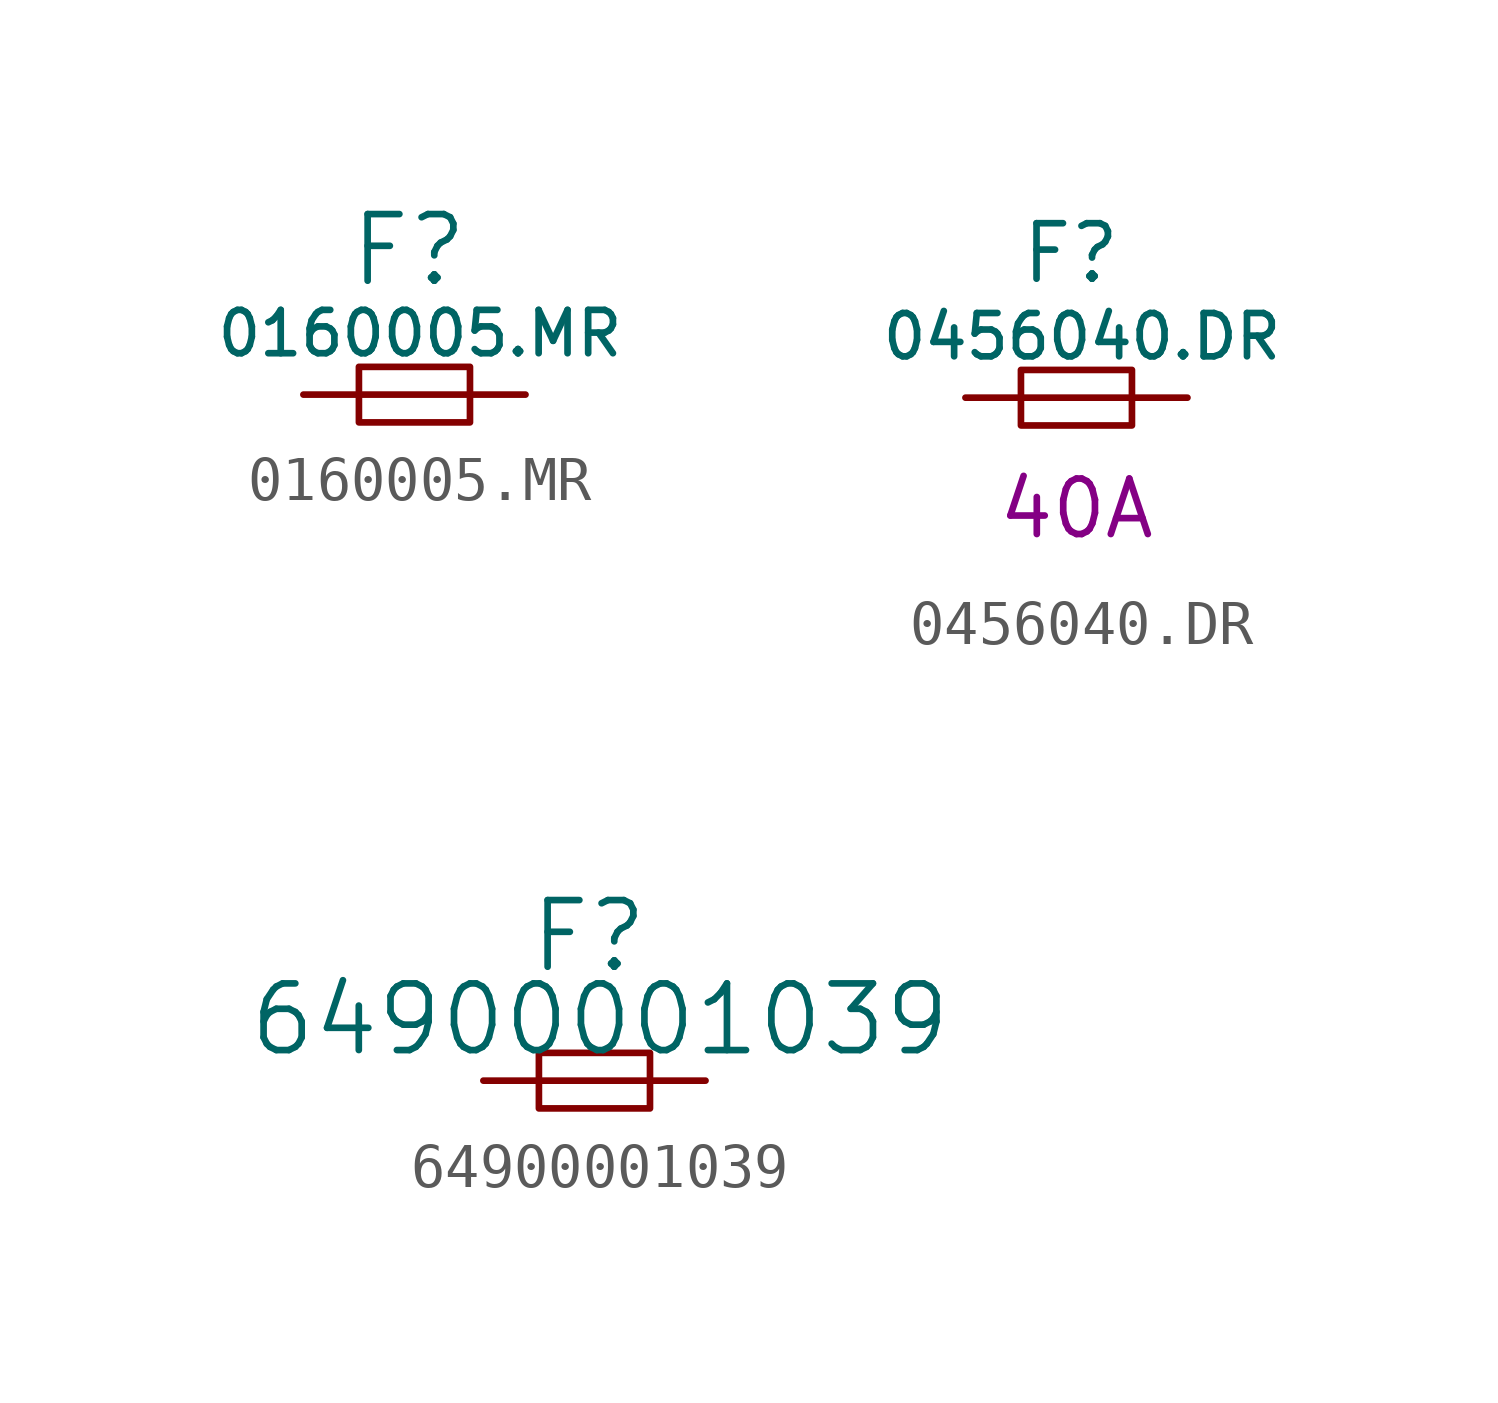
<source format=kicad_sym>
(kicad_symbol_lib
  (version 20220914)
  (generator kicad_symbol_editor)
  (symbol "0160005.MR"
    (pin_numbers hide)
    (pin_names
      (offset 1.016) hide)
    (property "Reference" "F"
      (at -0.127 3.302 0)
      (effects (font (size 1.524 1.524))))
    (property "Value" "0160005.MR"
      (at 0.127 1.397 0)
      (effects (font (size 0.991 0.991))))
    (property "Footprint" ""
      (at 0 0 0)
      (effects (font (size 1.524 1.524))))
    (property "Datasheet" ""
      (at 0 0 0)
      (effects (font (size 1.524 1.524))))
    (symbol "0160005.MR_0_1"
      (rectangle (start -1.27 0.635) (end 1.27 -0.635) (stroke (width 0) (type solid)) (fill (type none)))
      (polyline (pts (xy -1.27 0) (xy 1.27 0)) (stroke (width 0) (type solid)) (fill (type none))))
    (symbol "0160005.MR_1_1"
      (pin input line (at -2.54 0 0) (length 1.27) (name "1" (effects (font (size 1.27 1.27)))) (number "1" (effects (font (size 1.27 1.27)))))
      (pin input line (at 2.54 0 180) (length 1.27) (name "2" (effects (font (size 1.27 1.27)))) (number "2" (effects (font (size 1.27 1.27)))))))
  (symbol "0456040.DR"
    (pin_numbers hide)
    (pin_names
      (offset 1.016) hide)
    (property "Reference" "F"
      (at -0.127 3.302 0)
      (effects (font (size 1.27 1.27))))
    (property "Value" "0456040.DR"
      (at 0.127 1.397 0)
      (effects (font (size 0.991 0.991))))
    (property "Value2" "40A"
      (at 0 -2.54 0)
      (effects (font (size 1.27 1.27))))
    (symbol "0456040.DR_0_1"
      (rectangle (start -1.27 0.635) (end 1.27 -0.635) (stroke (width 0) (type solid)) (fill (type none)))
      (polyline (pts (xy -1.27 0) (xy 1.27 0)) (stroke (width 0) (type solid)) (fill (type none))))
    (symbol "0456040.DR_1_1"
      (pin passive line (at -2.54 0 0) (length 1.27) (name "1" (effects (font (size 1.27 1.27)))) (number "1" (effects (font (size 1.27 1.27)))))
      (pin passive line (at 2.54 0 180) (length 1.27) (name "2" (effects (font (size 1.27 1.27)))) (number "2" (effects (font (size 1.27 1.27)))))))
  (symbol "64900001039"
    (pin_numbers hide)
    (pin_names
      (offset 1.016) hide)
    (property "Reference" "F"
      (at -0.127 3.302 0)
      (effects (font (size 1.524 1.524))))
    (property "Value" "64900001039"
      (at 0.127 1.397 0)
      (effects (font (size 1.524 1.524))))
    (symbol "64900001039_0_1"
      (rectangle (start -1.27 0.635) (end 1.27 -0.635) (stroke (width 0) (type solid)) (fill (type none)))
      (polyline (pts (xy -1.27 0) (xy 1.27 0)) (stroke (width 0) (type solid)) (fill (type none))))
    (symbol "64900001039_1_1"
      (pin passive line (at -2.54 0 0) (length 1.27) (name "1" (effects (font (size 1.27 1.27)))) (number "1" (effects (font (size 1.27 1.27)))))
      (pin passive line (at 2.54 0 180) (length 1.27) (name "2" (effects (font (size 1.27 1.27)))) (number "2" (effects (font (size 1.27 1.27))))))))
</source>
